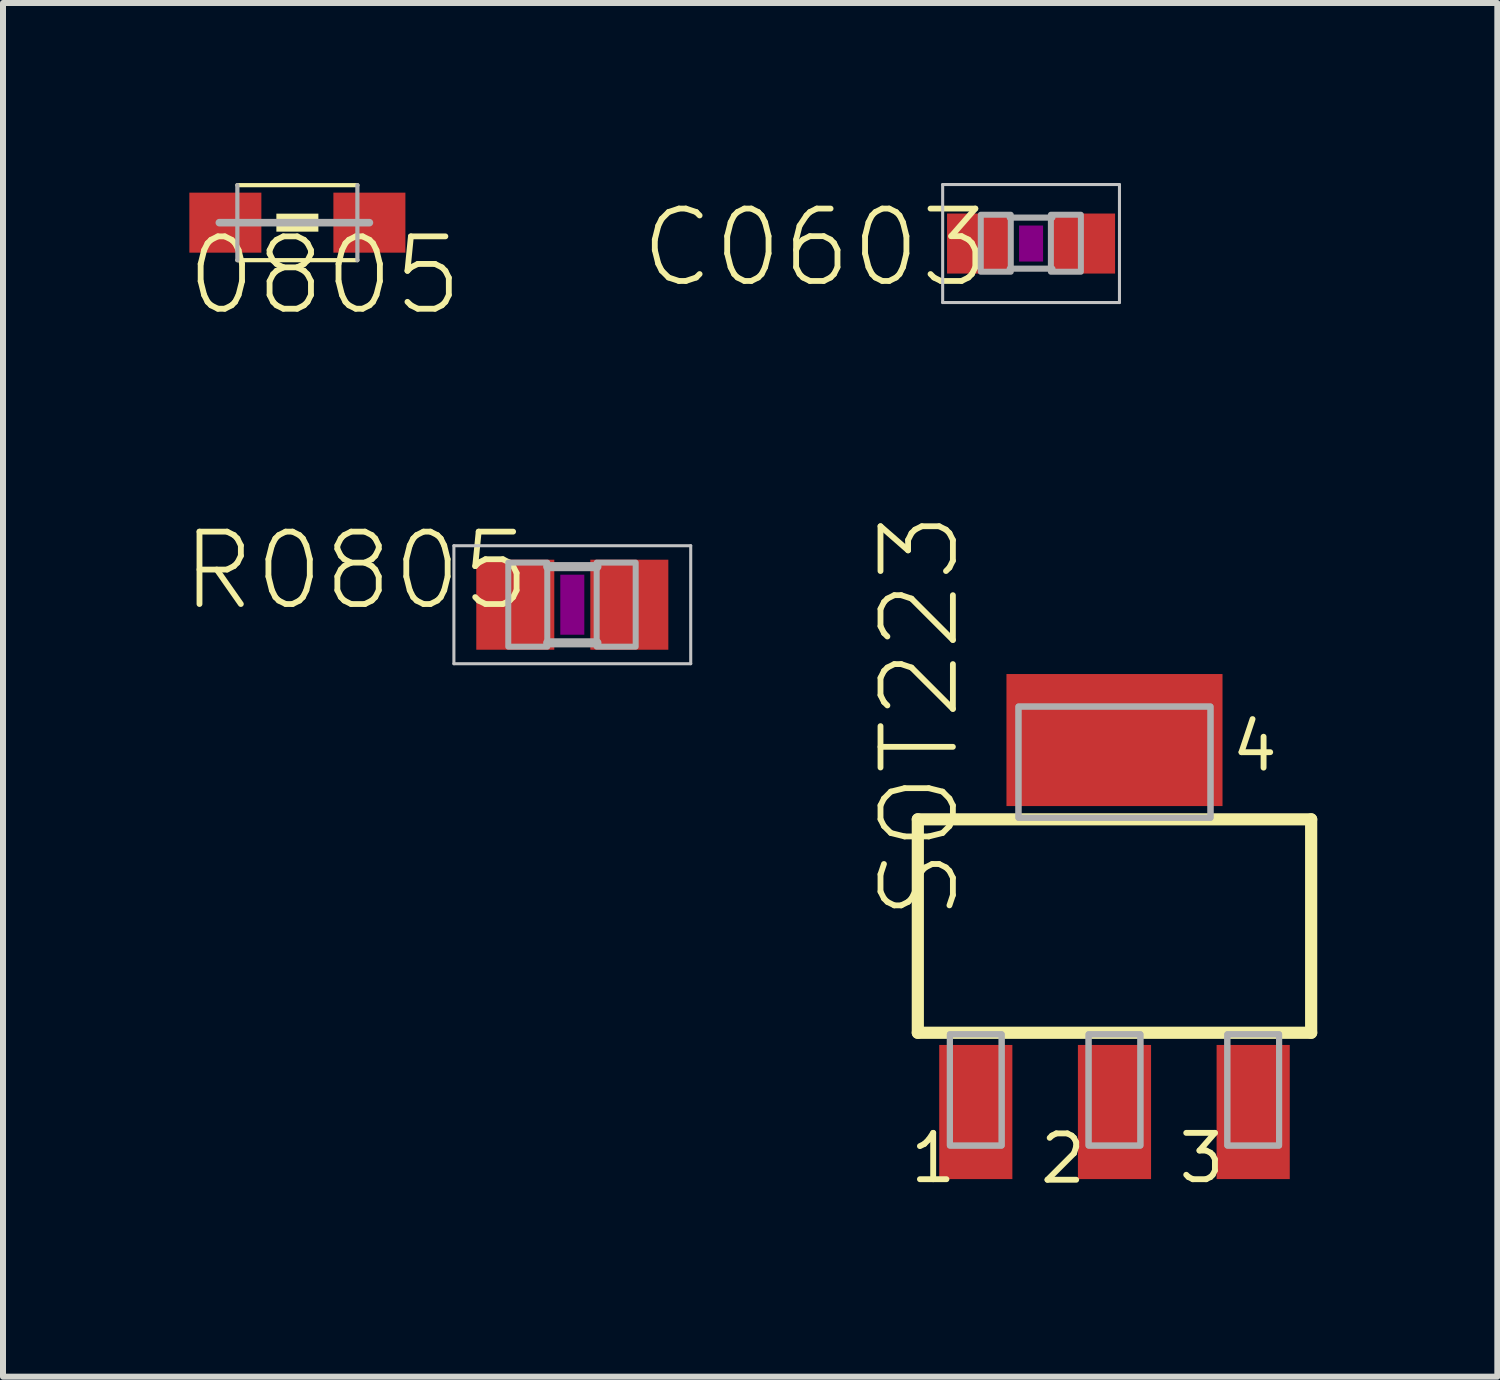
<source format=kicad_pcb>
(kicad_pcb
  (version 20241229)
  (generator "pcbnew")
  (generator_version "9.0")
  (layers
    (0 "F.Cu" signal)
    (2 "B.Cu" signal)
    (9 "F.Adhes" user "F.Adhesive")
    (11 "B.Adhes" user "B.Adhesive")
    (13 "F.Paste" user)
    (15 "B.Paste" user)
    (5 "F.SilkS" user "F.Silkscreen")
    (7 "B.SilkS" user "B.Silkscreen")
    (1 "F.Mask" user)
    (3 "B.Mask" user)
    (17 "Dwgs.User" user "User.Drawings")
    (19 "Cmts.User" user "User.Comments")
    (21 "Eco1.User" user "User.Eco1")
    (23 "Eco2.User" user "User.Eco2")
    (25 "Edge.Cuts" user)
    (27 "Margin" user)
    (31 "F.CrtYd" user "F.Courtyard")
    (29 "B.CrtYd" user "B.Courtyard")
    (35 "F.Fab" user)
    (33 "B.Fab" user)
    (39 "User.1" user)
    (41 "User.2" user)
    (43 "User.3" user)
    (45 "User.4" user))
  (footprint "C0603"
    (layer "F.Cu")
    (at 14.13 1.008)
    (property "Reference" "C0603" (at -0.635 -0.635 180) (layer "F.SilkS") (effects (font (size 1.206 1.206) (thickness 0.097)) (justify right top)))
    (attr through_hole)
    (fp_poly (pts (xy -0.2 0.3) (xy 0.2 0.3) (xy 0.2 -0.3) (xy -0.2 -0.3)) (stroke (width 0) (type solid)) (fill yes) (layer "F.Adhes"))
    (fp_line (start -1.473 -0.983) (end 1.473 -0.983) (stroke (width 0.051) (type solid)) (layer "Dwgs.User"))
    (fp_line (start -1.473 0.983) (end -1.473 -0.983) (stroke (width 0.051) (type solid)) (layer "Dwgs.User"))
    (fp_line (start 1.473 -0.983) (end 1.473 0.983) (stroke (width 0.051) (type solid)) (layer "Dwgs.User"))
    (fp_line (start 1.473 0.983) (end -1.473 0.983) (stroke (width 0.051) (type solid)) (layer "Dwgs.User"))
    (fp_line (start -0.356 -0.432) (end 0.356 -0.432) (stroke (width 0.102) (type solid)) (layer "F.Fab"))
    (fp_line (start -0.356 0.419) (end 0.356 0.419) (stroke (width 0.102) (type solid)) (layer "F.Fab"))
    (fp_poly (pts (xy -0.838 0.47) (xy -0.338 0.47) (xy -0.338 -0.48) (xy -0.838 -0.48)) (stroke (width 0.1) (type solid)) (fill no) (layer "F.Fab"))
    (fp_poly (pts (xy 0.33 0.47) (xy 0.83 0.47) (xy 0.83 -0.48) (xy 0.33 -0.48)) (stroke (width 0.1) (type solid)) (fill no) (layer "F.Fab"))
    (pad "1" smd rect (at -0.85 0) (size 1.1 1) (layers "F.Cu" "F.Mask" "F.Paste"))
    (pad "2" smd rect (at 0.85 0) (size 1.1 1) (layers "F.Cu" "F.Mask" "F.Paste")))
  (footprint "R0805"
    (layer "F.Cu")
    (at 6.486 7.026)
    (property "Reference" "R0805" (at -0.635 -1.27 180) (layer "F.SilkS") (effects (font (size 1.206 1.206) (thickness 0.097)) (justify right top)))
    (attr through_hole)
    (fp_poly (pts (xy -0.2 0.5) (xy 0.2 0.5) (xy 0.2 -0.5) (xy -0.2 -0.5)) (stroke (width 0) (type solid)) (fill yes) (layer "F.Adhes"))
    (fp_line (start -1.973 -0.983) (end 1.973 -0.983) (stroke (width 0.051) (type solid)) (layer "Dwgs.User"))
    (fp_line (start -1.973 0.983) (end -1.973 -0.983) (stroke (width 0.051) (type solid)) (layer "Dwgs.User"))
    (fp_line (start 1.973 -0.983) (end 1.973 0.983) (stroke (width 0.051) (type solid)) (layer "Dwgs.User"))
    (fp_line (start 1.973 0.983) (end -1.973 0.983) (stroke (width 0.051) (type solid)) (layer "Dwgs.User"))
    (fp_line (start -0.41 -0.635) (end 0.41 -0.635) (stroke (width 0.152) (type solid)) (layer "F.Fab"))
    (fp_line (start -0.41 0.635) (end 0.41 0.635) (stroke (width 0.152) (type solid)) (layer "F.Fab"))
    (fp_poly (pts (xy -1.067 0.699) (xy -0.417 0.699) (xy -0.417 -0.702) (xy -1.067 -0.702)) (stroke (width 0.1) (type solid)) (fill no) (layer "F.Fab"))
    (fp_poly (pts (xy 0.406 0.699) (xy 1.056 0.699) (xy 1.056 -0.702) (xy 0.406 -0.702)) (stroke (width 0.1) (type solid)) (fill no) (layer "F.Fab"))
    (pad "1" smd rect (at -0.95 0) (size 1.3 1.5) (layers "F.Cu" "F.Mask" "F.Paste"))
    (pad "2" smd rect (at 0.95 0) (size 1.3 1.5) (layers "F.Cu" "F.Mask" "F.Paste")))
  (footprint "0805"
    (layer "F.Cu")
    (at 1.905 0.66)
    (property "Reference" "0805" (at -1.905 1.587 0) (layer "F.SilkS") (effects (font (size 1.206 1.206) (thickness 0.097)) (justify left bottom)))
    (attr through_hole)
    (fp_line (start -1 -0.625) (end 1 -0.625) (stroke (width 0.07) (type solid)) (layer "F.SilkS"))
    (fp_line (start 1 0.625) (end -1 0.625) (stroke (width 0.07) (type solid)) (layer "F.SilkS"))
    (fp_poly (pts (xy -0.35 0.15) (xy 0.35 0.15) (xy 0.35 -0.15) (xy -0.35 -0.15)) (stroke (width 0) (type solid)) (fill yes) (layer "F.SilkS"))
    (fp_line (start -1.3 0) (end 1.2 0) (stroke (width 0.127) (type solid)) (layer "F.Fab"))
    (fp_line (start -1 0.625) (end -1 -0.625) (stroke (width 0.07) (type solid)) (layer "F.Fab"))
    (fp_line (start 1 -0.625) (end 1 0.625) (stroke (width 0.07) (type solid)) (layer "F.Fab"))
    (pad "1" smd rect (at -1.2 0) (size 1.2 1) (layers "F.Cu" "F.Mask" "F.Paste"))
    (pad "2" smd rect (at 1.2 0) (size 1.2 1) (layers "F.Cu" "F.Mask" "F.Paste")))
  (footprint "SOT223"
    (layer "F.Cu")
    (at 15.52 12.38)
    (property "Reference" "SOT223" (at -2.54 -0.051 90) (layer "F.SilkS") (effects (font (size 1.206 1.206) (thickness 0.097)) (justify left bottom)))
    (attr through_hole)
    (fp_line (start -3.277 -1.778) (end 3.277 -1.778) (stroke (width 0.203) (type solid)) (layer "F.SilkS"))
    (fp_line (start -3.277 1.778) (end -3.277 -1.778) (stroke (width 0.203) (type solid)) (layer "F.SilkS"))
    (fp_line (start 3.277 -1.778) (end 3.277 1.778) (stroke (width 0.203) (type solid)) (layer "F.SilkS"))
    (fp_line (start 3.277 1.778) (end -3.277 1.778) (stroke (width 0.203) (type solid)) (layer "F.SilkS"))
    (fp_poly (pts (xy -2.743 3.658) (xy -1.88 3.658) (xy -1.88 1.803) (xy -2.743 1.803)) (stroke (width 0.1) (type solid)) (fill no) (layer "F.Fab"))
    (fp_poly (pts (xy -2.743 3.658) (xy -1.88 3.658) (xy -1.88 1.803) (xy -2.743 1.803)) (stroke (width 0.1) (type solid)) (fill no) (layer "F.Fab"))
    (fp_poly (pts (xy -1.6 -1.803) (xy 1.6 -1.803) (xy 1.6 -3.658) (xy -1.6 -3.658)) (stroke (width 0.1) (type solid)) (fill no) (layer "F.Fab"))
    (fp_poly (pts (xy -1.6 -1.803) (xy 1.6 -1.803) (xy 1.6 -3.658) (xy -1.6 -3.658)) (stroke (width 0.1) (type solid)) (fill no) (layer "F.Fab"))
    (fp_poly (pts (xy -0.432 3.658) (xy 0.432 3.658) (xy 0.432 1.803) (xy -0.432 1.803)) (stroke (width 0.1) (type solid)) (fill no) (layer "F.Fab"))
    (fp_poly (pts (xy -0.432 3.658) (xy 0.432 3.658) (xy 0.432 1.803) (xy -0.432 1.803)) (stroke (width 0.1) (type solid)) (fill no) (layer "F.Fab"))
    (fp_poly (pts (xy 1.88 3.658) (xy 2.743 3.658) (xy 2.743 1.803) (xy 1.88 1.803)) (stroke (width 0.1) (type solid)) (fill no) (layer "F.Fab"))
    (fp_poly (pts (xy 1.88 3.658) (xy 2.743 3.658) (xy 2.743 1.803) (xy 1.88 1.803)) (stroke (width 0.1) (type solid)) (fill no) (layer "F.Fab"))
    (fp_text user "1" (at -3.453 4.318 0) (layer "F.SilkS") (effects (font (size 0.772 0.772) (thickness 0.098)) (justify left bottom)))
    (fp_text user "4" (at 1.905 -2.54 0) (layer "F.SilkS") (effects (font (size 0.772 0.772) (thickness 0.098)) (justify left bottom)))
    (fp_text user "3" (at 1.021 4.318 0) (layer "F.SilkS") (effects (font (size 0.772 0.772) (thickness 0.098)) (justify left bottom)))
    (fp_text user "2" (at -1.291 4.327 0) (layer "F.SilkS") (effects (font (size 0.772 0.772) (thickness 0.098)) (justify left bottom)))
    (pad "1" smd rect (at -2.311 3.099) (size 1.219 2.235) (layers "F.Cu" "F.Mask" "F.Paste"))
    (pad "2" smd rect (at 0 3.099) (size 1.219 2.235) (layers "F.Cu" "F.Mask" "F.Paste"))
    (pad "3" smd rect (at 2.311 3.099) (size 1.219 2.235) (layers "F.Cu" "F.Mask" "F.Paste"))
    (pad "4" smd rect (at 0 -3.099) (size 3.6 2.2) (layers "F.Cu" "F.Mask" "F.Paste")))
  (gr_rect
    (start -3 -3)
    (end 21.899 19.889)
    (stroke (width 0.1) (type default))
    (fill no)
    (layer "Edge.Cuts")))
</source>
